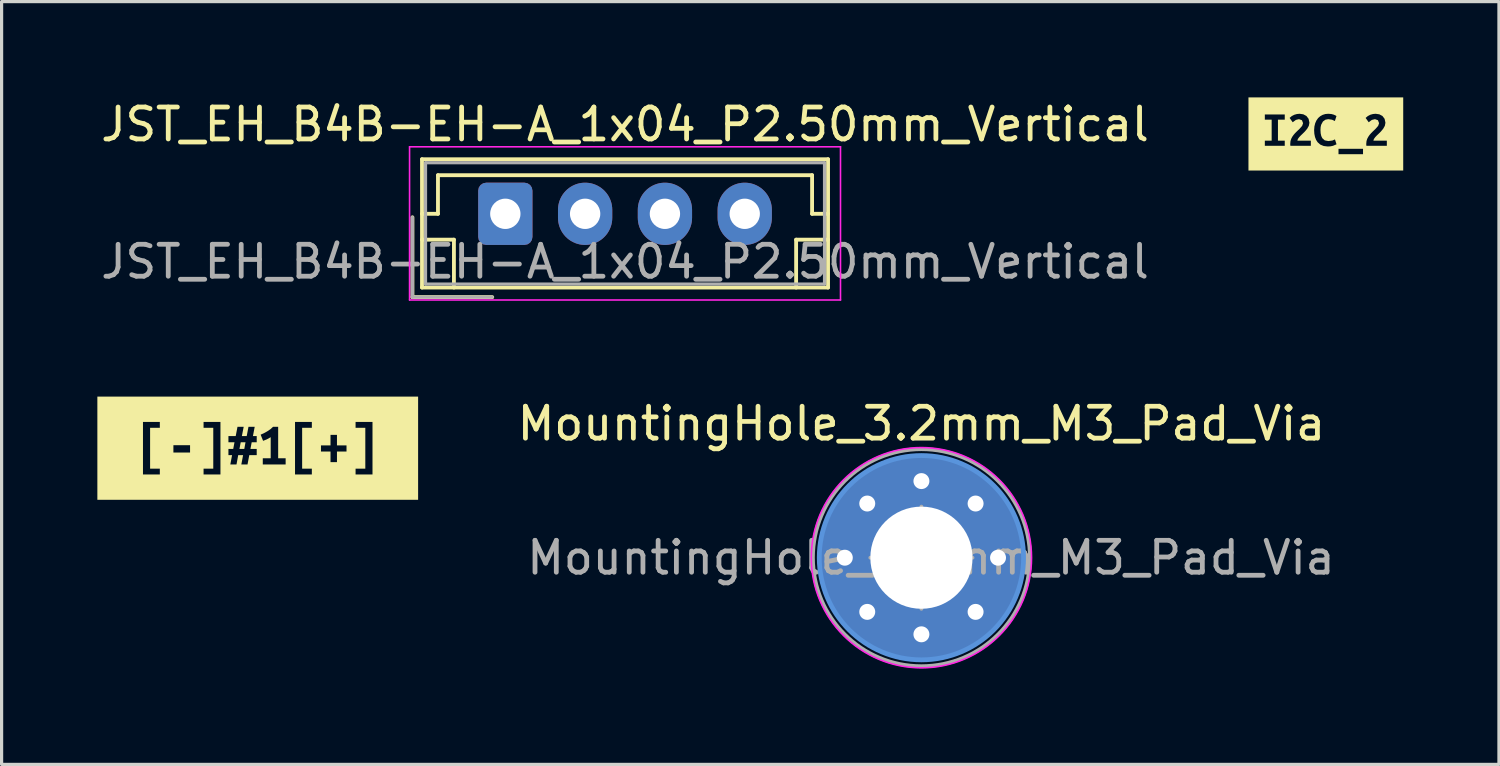
<source format=kicad_pcb>
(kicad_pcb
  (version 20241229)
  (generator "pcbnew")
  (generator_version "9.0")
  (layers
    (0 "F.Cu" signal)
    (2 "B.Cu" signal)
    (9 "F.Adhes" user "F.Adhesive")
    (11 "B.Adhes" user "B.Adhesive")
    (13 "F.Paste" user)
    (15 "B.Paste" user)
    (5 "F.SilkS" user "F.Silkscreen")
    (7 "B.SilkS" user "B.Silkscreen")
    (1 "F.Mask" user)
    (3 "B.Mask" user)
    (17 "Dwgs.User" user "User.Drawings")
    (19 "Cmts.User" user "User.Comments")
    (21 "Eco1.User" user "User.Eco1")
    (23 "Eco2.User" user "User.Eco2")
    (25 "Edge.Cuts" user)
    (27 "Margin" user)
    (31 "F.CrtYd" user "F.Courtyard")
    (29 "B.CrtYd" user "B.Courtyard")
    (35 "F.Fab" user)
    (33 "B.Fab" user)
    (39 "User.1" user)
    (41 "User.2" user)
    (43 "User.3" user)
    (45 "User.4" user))
  (footprint "JST_EH_B4B-EH-A_1x04_P2.50mm_Vertical"
    (layer "F.Cu")
    (at 12.78 3.648)
    (property "Reference" "JST_EH_B4B-EH-A_1x04_P2.50mm_Vertical" (at 3.75 -2.8 0) (layer "F.SilkS") (effects (font (size 1 1) (thickness 0.15))))
    (attr through_hole)
    (fp_line (start -2.91 0.11) (end -2.91 2.61) (stroke (width 0.12) (type solid)) (layer "F.SilkS"))
    (fp_line (start -2.91 2.61) (end -0.41 2.61) (stroke (width 0.12) (type solid)) (layer "F.SilkS"))
    (fp_line (start -2.61 -1.71) (end -2.61 2.31) (stroke (width 0.12) (type solid)) (layer "F.SilkS"))
    (fp_line (start -2.61 0) (end -2.11 0) (stroke (width 0.12) (type solid)) (layer "F.SilkS"))
    (fp_line (start -2.61 0.81) (end -1.61 0.81) (stroke (width 0.12) (type solid)) (layer "F.SilkS"))
    (fp_line (start -2.61 2.31) (end 10.11 2.31) (stroke (width 0.12) (type solid)) (layer "F.SilkS"))
    (fp_line (start -2.11 -1.21) (end 9.61 -1.21) (stroke (width 0.12) (type solid)) (layer "F.SilkS"))
    (fp_line (start -2.11 0) (end -2.11 -1.21) (stroke (width 0.12) (type solid)) (layer "F.SilkS"))
    (fp_line (start -1.61 0.81) (end -1.61 2.31) (stroke (width 0.12) (type solid)) (layer "F.SilkS"))
    (fp_line (start 9.11 0.81) (end 9.11 2.31) (stroke (width 0.12) (type solid)) (layer "F.SilkS"))
    (fp_line (start 9.61 -1.21) (end 9.61 0) (stroke (width 0.12) (type solid)) (layer "F.SilkS"))
    (fp_line (start 9.61 0) (end 10.11 0) (stroke (width 0.12) (type solid)) (layer "F.SilkS"))
    (fp_line (start 10.11 -1.71) (end -2.61 -1.71) (stroke (width 0.12) (type solid)) (layer "F.SilkS"))
    (fp_line (start 10.11 0.81) (end 9.11 0.81) (stroke (width 0.12) (type solid)) (layer "F.SilkS"))
    (fp_line (start 10.11 2.31) (end 10.11 -1.71) (stroke (width 0.12) (type solid)) (layer "F.SilkS"))
    (fp_line (start -3 -2.1) (end -3 2.7) (stroke (width 0.05) (type solid)) (layer "F.CrtYd"))
    (fp_line (start -3 2.7) (end 10.5 2.7) (stroke (width 0.05) (type solid)) (layer "F.CrtYd"))
    (fp_line (start 10.5 -2.1) (end -3 -2.1) (stroke (width 0.05) (type solid)) (layer "F.CrtYd"))
    (fp_line (start 10.5 2.7) (end 10.5 -2.1) (stroke (width 0.05) (type solid)) (layer "F.CrtYd"))
    (fp_line (start -2.91 0.11) (end -2.91 2.61) (stroke (width 0.1) (type solid)) (layer "F.Fab"))
    (fp_line (start -2.91 2.61) (end -0.41 2.61) (stroke (width 0.1) (type solid)) (layer "F.Fab"))
    (fp_line (start -2.5 -1.6) (end -2.5 2.2) (stroke (width 0.1) (type solid)) (layer "F.Fab"))
    (fp_line (start -2.5 2.2) (end 10 2.2) (stroke (width 0.1) (type solid)) (layer "F.Fab"))
    (fp_line (start 10 -1.6) (end -2.5 -1.6) (stroke (width 0.1) (type solid)) (layer "F.Fab"))
    (fp_line (start 10 2.2) (end 10 -1.6) (stroke (width 0.1) (type solid)) (layer "F.Fab"))
    (fp_text user "${REFERENCE}" (at 3.75 1.5 0) (layer "F.Fab") (effects (font (size 1 1) (thickness 0.15))))
    (pad "1" thru_hole roundrect (at 0 0) (size 1.7 1.95) (drill 0.95) (layers "*.Cu" "*.Mask") (roundrect_rratio 0.147))
    (pad "2" thru_hole oval (at 2.5 0) (size 1.7 1.95) (drill 0.95) (layers "*.Cu" "*.Mask"))
    (pad "3" thru_hole oval (at 5 0) (size 1.7 1.95) (drill 0.95) (layers "*.Cu" "*.Mask"))
    (pad "4" thru_hole oval (at 7.5 0) (size 1.7 1.95) (drill 0.95) (layers "*.Cu" "*.Mask")))
  (footprint "label_I2C_2"
    (layer "F.Cu")
    (at 38.484 1.147)
    (property "Reference" "label_I2C_2" (at 0 -1.147 0) (layer "F.SilkS") (effects (font (size 0.001 0.001) (thickness 0.000003))))
    (attr exclude_from_pos_files exclude_from_bom)
    (fp_poly (pts (xy -1.911 -1.146) (xy -1.911 -0.611) (xy -1.287 -0.611) (xy -1.287 -0.449) (xy -1.5 -0.449) (xy -1.5 0.21) (xy -1.287 0.21) (xy -0.964 -0.025) (xy -0.914 -0.075) (xy -0.864 -0.123) (xy -0.817 -0.168) (xy -0.742 -0.254) (xy -0.713 -0.338) (xy -0.749 -0.431) (xy -0.841 -0.464) (xy -0.938 -0.441) (xy -1.038 -0.367) (xy -1.135 -0.503) (xy -1.067 -0.561) (xy -0.988 -0.602) (xy -0.905 -0.625) (xy -0.822 -0.633) (xy -0.706 -0.616) (xy -0.608 -0.564) (xy -0.54 -0.475) (xy -0.514 -0.352) (xy -0.533 -0.255) (xy -0.584 -0.164) (xy -0.656 -0.078) (xy -0.737 0.002) (xy -0.784 0.047) (xy -0.835 0.101) (xy -0.876 0.157) (xy -0.892 0.21) (xy -0.47 0.21) (xy -0.47 0.371) (xy -1.111 0.371) (xy -1.115 0.332) (xy -1.114 0.298) (xy -1.107 0.222) (xy -1.085 0.152) (xy -1.052 0.088) (xy -1.01 0.029) (xy -0.964 -0.025) (xy -1.287 0.21) (xy -1.287 0.371) (xy -1.911 0.371) (xy -1.911 0.21) (xy -1.697 0.21) (xy -1.697 -0.449) (xy -1.911 -0.449) (xy -1.911 -0.611) (xy -1.911 -1.146) (xy -2.424 -1.146) (xy -2.424 1.146) (xy 0.06 0.392) (xy -0.067 0.377) (xy -0.173 0.333) (xy -0.257 0.259) (xy -0.305 0.185) (xy -0.339 0.097) (xy -0.36 -0.005) (xy -0.367 -0.121) (xy -0.358 -0.236) (xy -0.333 -0.338) (xy -0.293 -0.426) (xy -0.241 -0.499) (xy -0.175 -0.557) (xy -0.099 -0.599) (xy -0.014 -0.625) (xy 0.079 -0.633) (xy 0.174 -0.625) (xy 0.248 -0.605) (xy 0.301 -0.581) (xy 0.333 -0.562) (xy 0.283 -0.406) (xy 0.194 -0.447) (xy 0.076 -0.464) (xy -0.013 -0.447) (xy -0.091 -0.391) (xy -0.147 -0.287) (xy -0.163 -0.214) (xy -0.168 -0.125) (xy -0.162 -0.022) (xy -0.143 0.064) (xy -0.11 0.133) (xy -0.034 0.2) (xy 0.079 0.222) (xy 0.206 0.205) (xy 0.286 0.17) (xy 0.335 0.324) (xy 0.223 0.371) (xy 0.147 0.387) (xy 0.06 0.392) (xy -2.424 1.146) (xy -1.911 1.146) (xy 0.397 0.464) (xy 1.165 0.464) (xy 1.165 0.633) (xy 0.397 0.633) (xy 0.397 0.464) (xy -1.911 1.146) (xy 1.911 1.146) (xy 1.911 0.371) (xy 1.27 0.371) (xy 1.266 0.332) (xy 1.267 0.298) (xy 1.274 0.222) (xy 1.296 0.152) (xy 1.33 0.088) (xy 1.371 0.029) (xy 1.418 -0.025) (xy 1.468 -0.075) (xy 1.518 -0.123) (xy 1.564 -0.168) (xy 1.639 -0.254) (xy 1.668 -0.338) (xy 1.632 -0.431) (xy 1.54 -0.464) (xy 1.443 -0.441) (xy 1.343 -0.367) (xy 1.246 -0.503) (xy 1.315 -0.561) (xy 1.393 -0.602) (xy 1.476 -0.625) (xy 1.559 -0.633) (xy 1.675 -0.616) (xy 1.773 -0.564) (xy 1.841 -0.475) (xy 1.867 -0.352) (xy 1.848 -0.255) (xy 1.797 -0.164) (xy 1.726 -0.078) (xy 1.645 0.002) (xy 1.597 0.047) (xy 1.546 0.101) (xy 1.506 0.157) (xy 1.489 0.21) (xy 1.911 0.21) (xy 1.911 0.371) (xy 1.911 1.146) (xy 2.424 1.146) (xy 2.424 -1.146) (xy 1.911 -1.146) (xy -1.911 -1.146)) (stroke (width 0) (type solid)) (fill yes) (layer "F.SilkS")))
  (footprint "label_out1"
    (layer "F.Cu")
    (at 5.024 10.991)
    (property "Reference" "label_out1" (at 0 -1.617 0) (layer "F.SilkS") (effects (font (size 0.001 0.001) (thickness 0.000003))))
    (attr exclude_from_pos_files exclude_from_bom)
    (fp_poly (pts (xy -0.573 0.023) (xy -0.421 0.023) (xy -0.383 -0.187) (xy -0.533 -0.187) (xy -0.573 0.023)) (stroke (width 0) (type solid)) (fill yes) (layer "F.SilkS"))
    (fp_poly (pts (xy -4.511 -1.617) (xy -3.595 -0.823) (xy -3.067 -0.823) (xy -3.067 -0.64) (xy -3.372 -0.64) (xy -2.642 -0.095) (xy -2.12 -0.095) (xy -2.12 0.135) (xy -2.642 0.135) (xy -2.642 -0.095) (xy -3.372 -0.64) (xy -3.372 0.64) (xy -3.067 0.64) (xy -3.067 0.823) (xy -3.595 0.823) (xy -3.595 -0.823) (xy -4.511 -1.617) (xy -5.024 -1.617) (xy -5.024 1.617) (xy -1.168 0.823) (xy -1.697 0.823) (xy -1.697 0.64) (xy -1.393 0.64) (xy -1.393 -0.64) (xy -1.697 -0.64) (xy -1.697 -0.823) (xy -1.168 -0.823) (xy -1.168 0.823) (xy -5.024 1.617) (xy -4.511 1.617) (xy 3.595 0.823) (xy 3.065 0.823) (xy 3.065 0.64) (xy 3.37 0.64) (xy 3.37 -0.64) (xy 3.065 -0.64) (xy 3.065 -0.823) (xy 3.595 -0.823) (xy 3.595 0.823) (xy -4.511 1.617) (xy 4.511 1.617) (xy 5.024 1.617) (xy 5.024 -1.617) (xy -0.44 -0.671) (xy -0.497 -0.381) (xy -0.345 -0.381) (xy -0.29 -0.671) (xy -0.095 -0.671) (xy 1.168 -0.823) (xy 1.695 -0.823) (xy 1.695 -0.64) (xy 1.391 -0.64) (xy 1.981 -0.088) (xy 2.28 -0.088) (xy 2.28 -0.419) (xy 2.482 -0.419) (xy 2.482 -0.088) (xy 2.781 -0.088) (xy 2.781 0.105) (xy 2.482 0.105) (xy 2.482 0.436) (xy 2.28 0.436) (xy 2.28 0.105) (xy 1.981 0.105) (xy 1.981 -0.088) (xy 1.391 -0.64) (xy 1.391 0.64) (xy 1.695 0.64) (xy 1.695 0.823) (xy 1.168 0.823) (xy 1.168 -0.823) (xy -0.095 -0.671) (xy -0.15 -0.381) (xy -0.032 -0.381) (xy -0.032 -0.187) (xy -0.189 -0.187) (xy 0.406 0.314) (xy 0.406 -0.345) (xy 0.284 -0.277) (xy 0.168 -0.231) (xy 0.091 -0.425) (xy 0.191 -0.469) (xy 0.297 -0.528) (xy 0.398 -0.596) (xy 0.48 -0.671) (xy 0.64 -0.671) (xy 0.64 0.314) (xy 0.874 0.314) (xy 0.874 0.509) (xy 0.158 0.509) (xy 0.158 0.314) (xy 0.406 0.314) (xy -0.189 -0.187) (xy -0.229 0.023) (xy -0.032 0.023) (xy -0.032 0.217) (xy -0.265 0.217) (xy -0.32 0.509) (xy -0.514 0.509) (xy -0.459 0.217) (xy -0.612 0.217) (xy -0.665 0.509) (xy -0.859 0.509) (xy -0.804 0.217) (xy -0.918 0.217) (xy -0.918 0.023) (xy -0.768 0.023) (xy -0.728 -0.187) (xy -0.918 -0.187) (xy -0.918 -0.381) (xy -0.69 -0.381) (xy -0.634 -0.671) (xy -0.44 -0.671) (xy 5.024 -1.617) (xy 4.511 -1.617) (xy -4.511 -1.617)) (stroke (width 0) (type solid)) (fill yes) (layer "F.SilkS")))
  (footprint "MountingHole_3.2mm_M3_Pad_Via"
    (layer "F.Cu")
    (at 25.815 14.421)
    (property "Reference" "MountingHole_3.2mm_M3_Pad_Via" (at 0 -4.2 0) (layer "F.SilkS") (effects (font (size 1 1) (thickness 0.15))))
    (attr exclude_from_pos_files exclude_from_bom)
    (fp_circle (center 0 0) (end 3.2 0) (stroke (width 0.15) (type solid)) (fill no) (layer "Cmts.User"))
    (fp_circle (center 0 0) (end 3.45 0) (stroke (width 0.05) (type solid)) (fill no) (layer "F.CrtYd"))
    (fp_line (start -1.6 0) (end 1.6 0) (stroke (width 0.12) (type solid)) (layer "F.Fab"))
    (fp_line (start 0 -1.6) (end 0 1.6) (stroke (width 0.12) (type solid)) (layer "F.Fab"))
    (fp_circle (center 0 0) (end -3.4 0) (stroke (width 0.12) (type solid)) (fill no) (layer "F.Fab"))
    (fp_text user "${REFERENCE}" (at 0.3 0 0) (layer "F.Fab") (effects (font (size 1 1) (thickness 0.15))))
    (pad "1" thru_hole circle (at -2.4 0) (size 0.8 0.8) (drill 0.5) (layers "*.Cu" "*.Mask"))
    (pad "1" thru_hole circle (at -1.697 -1.697) (size 0.8 0.8) (drill 0.5) (layers "*.Cu" "*.Mask"))
    (pad "1" thru_hole circle (at -1.697 1.697) (size 0.8 0.8) (drill 0.5) (layers "*.Cu" "*.Mask"))
    (pad "1" thru_hole circle (at 0 -2.4) (size 0.8 0.8) (drill 0.5) (layers "*.Cu" "*.Mask"))
    (pad "1" thru_hole circle (at 0 0) (size 6.4 6.4) (drill 3.2) (layers "*.Cu" "*.Mask"))
    (pad "1" thru_hole circle (at 0 2.4) (size 0.8 0.8) (drill 0.5) (layers "*.Cu" "*.Mask"))
    (pad "1" thru_hole circle (at 1.697 -1.697) (size 0.8 0.8) (drill 0.5) (layers "*.Cu" "*.Mask"))
    (pad "1" thru_hole circle (at 1.697 1.697) (size 0.8 0.8) (drill 0.5) (layers "*.Cu" "*.Mask"))
    (pad "1" thru_hole circle (at 2.4 0) (size 0.8 0.8) (drill 0.5) (layers "*.Cu" "*.Mask")))
  (gr_rect
    (start -3 -3)
    (end 43.907 20.896)
    (stroke (width 0.1) (type default))
    (fill no)
    (layer "Edge.Cuts")))
</source>
